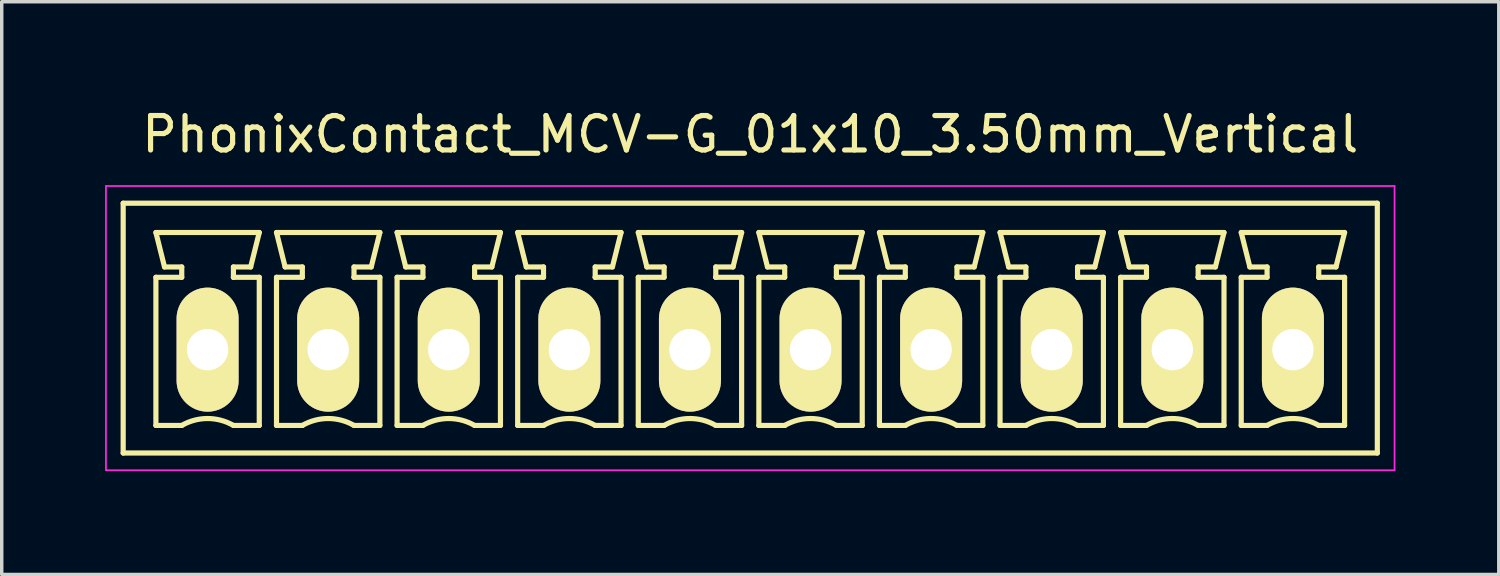
<source format=kicad_pcb>
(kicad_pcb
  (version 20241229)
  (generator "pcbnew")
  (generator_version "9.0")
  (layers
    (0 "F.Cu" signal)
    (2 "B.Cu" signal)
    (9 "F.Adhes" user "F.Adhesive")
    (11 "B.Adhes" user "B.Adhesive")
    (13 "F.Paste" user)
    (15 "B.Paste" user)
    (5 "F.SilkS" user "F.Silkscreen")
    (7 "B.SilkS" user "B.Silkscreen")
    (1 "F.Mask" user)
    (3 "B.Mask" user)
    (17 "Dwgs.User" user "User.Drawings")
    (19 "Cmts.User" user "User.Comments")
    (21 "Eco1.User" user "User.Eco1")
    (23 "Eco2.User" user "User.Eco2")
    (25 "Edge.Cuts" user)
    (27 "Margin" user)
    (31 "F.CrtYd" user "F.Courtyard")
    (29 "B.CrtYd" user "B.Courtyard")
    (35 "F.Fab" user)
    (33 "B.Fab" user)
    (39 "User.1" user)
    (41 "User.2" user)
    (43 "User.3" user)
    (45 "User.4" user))
  (footprint "PhonixContact_MCV-G_01x10_3.50mm_Vertical"
    (layer "F.Cu")
    (at 2.975 7.098)
    (property "Reference" "PhonixContact_MCV-G_01x10_3.50mm_Vertical" (at 15.75 -6.25 0) (layer "F.SilkS") (effects (font (size 1 1) (thickness 0.15))))
    (attr through_hole)
    (fp_line (start -2.45 -4.25) (end -2.45 3) (stroke (width 0.15) (type solid)) (layer "F.SilkS"))
    (fp_line (start -2.45 3) (end 33.95 3) (stroke (width 0.15) (type solid)) (layer "F.SilkS"))
    (fp_line (start -1.5 -3.4) (end 1.5 -3.4) (stroke (width 0.15) (type solid)) (layer "F.SilkS"))
    (fp_line (start -1.5 -2.1) (end -0.75 -2.1) (stroke (width 0.15) (type solid)) (layer "F.SilkS"))
    (fp_line (start -1.5 2.2) (end -1.5 -2.1) (stroke (width 0.15) (type solid)) (layer "F.SilkS"))
    (fp_line (start -1.25 -2.4) (end -1.5 -3.4) (stroke (width 0.15) (type solid)) (layer "F.SilkS"))
    (fp_line (start -0.75 -2.4) (end -1.25 -2.4) (stroke (width 0.15) (type solid)) (layer "F.SilkS"))
    (fp_line (start -0.75 -2.1) (end -0.75 -2.4) (stroke (width 0.15) (type solid)) (layer "F.SilkS"))
    (fp_line (start -0.75 2.2) (end -1.5 2.2) (stroke (width 0.15) (type solid)) (layer "F.SilkS"))
    (fp_line (start 0.75 -2.4) (end 0.75 -2.1) (stroke (width 0.15) (type solid)) (layer "F.SilkS"))
    (fp_line (start 0.75 -2.1) (end 0.75 -2.1) (stroke (width 0.15) (type solid)) (layer "F.SilkS"))
    (fp_line (start 0.75 -2.1) (end 1.5 -2.1) (stroke (width 0.15) (type solid)) (layer "F.SilkS"))
    (fp_line (start 1.25 -2.4) (end 0.75 -2.4) (stroke (width 0.15) (type solid)) (layer "F.SilkS"))
    (fp_line (start 1.5 -3.4) (end 1.25 -2.4) (stroke (width 0.15) (type solid)) (layer "F.SilkS"))
    (fp_line (start 1.5 -2.1) (end 1.5 2.2) (stroke (width 0.15) (type solid)) (layer "F.SilkS"))
    (fp_line (start 1.5 2.2) (end 0.75 2.2) (stroke (width 0.15) (type solid)) (layer "F.SilkS"))
    (fp_line (start 2 -3.4) (end 5 -3.4) (stroke (width 0.15) (type solid)) (layer "F.SilkS"))
    (fp_line (start 2 -2.1) (end 2.75 -2.1) (stroke (width 0.15) (type solid)) (layer "F.SilkS"))
    (fp_line (start 2 2.2) (end 2 -2.1) (stroke (width 0.15) (type solid)) (layer "F.SilkS"))
    (fp_line (start 2.25 -2.4) (end 2 -3.4) (stroke (width 0.15) (type solid)) (layer "F.SilkS"))
    (fp_line (start 2.75 -2.4) (end 2.25 -2.4) (stroke (width 0.15) (type solid)) (layer "F.SilkS"))
    (fp_line (start 2.75 -2.1) (end 2.75 -2.4) (stroke (width 0.15) (type solid)) (layer "F.SilkS"))
    (fp_line (start 2.75 2.2) (end 2 2.2) (stroke (width 0.15) (type solid)) (layer "F.SilkS"))
    (fp_line (start 4.25 -2.4) (end 4.25 -2.1) (stroke (width 0.15) (type solid)) (layer "F.SilkS"))
    (fp_line (start 4.25 -2.1) (end 4.25 -2.1) (stroke (width 0.15) (type solid)) (layer "F.SilkS"))
    (fp_line (start 4.25 -2.1) (end 5 -2.1) (stroke (width 0.15) (type solid)) (layer "F.SilkS"))
    (fp_line (start 4.75 -2.4) (end 4.25 -2.4) (stroke (width 0.15) (type solid)) (layer "F.SilkS"))
    (fp_line (start 5 -3.4) (end 4.75 -2.4) (stroke (width 0.15) (type solid)) (layer "F.SilkS"))
    (fp_line (start 5 -2.1) (end 5 2.2) (stroke (width 0.15) (type solid)) (layer "F.SilkS"))
    (fp_line (start 5 2.2) (end 4.25 2.2) (stroke (width 0.15) (type solid)) (layer "F.SilkS"))
    (fp_line (start 5.5 -3.4) (end 8.5 -3.4) (stroke (width 0.15) (type solid)) (layer "F.SilkS"))
    (fp_line (start 5.5 -2.1) (end 6.25 -2.1) (stroke (width 0.15) (type solid)) (layer "F.SilkS"))
    (fp_line (start 5.5 2.2) (end 5.5 -2.1) (stroke (width 0.15) (type solid)) (layer "F.SilkS"))
    (fp_line (start 5.75 -2.4) (end 5.5 -3.4) (stroke (width 0.15) (type solid)) (layer "F.SilkS"))
    (fp_line (start 6.25 -2.4) (end 5.75 -2.4) (stroke (width 0.15) (type solid)) (layer "F.SilkS"))
    (fp_line (start 6.25 -2.1) (end 6.25 -2.4) (stroke (width 0.15) (type solid)) (layer "F.SilkS"))
    (fp_line (start 6.25 2.2) (end 5.5 2.2) (stroke (width 0.15) (type solid)) (layer "F.SilkS"))
    (fp_line (start 7.75 -2.4) (end 7.75 -2.1) (stroke (width 0.15) (type solid)) (layer "F.SilkS"))
    (fp_line (start 7.75 -2.1) (end 7.75 -2.1) (stroke (width 0.15) (type solid)) (layer "F.SilkS"))
    (fp_line (start 7.75 -2.1) (end 8.5 -2.1) (stroke (width 0.15) (type solid)) (layer "F.SilkS"))
    (fp_line (start 8.25 -2.4) (end 7.75 -2.4) (stroke (width 0.15) (type solid)) (layer "F.SilkS"))
    (fp_line (start 8.5 -3.4) (end 8.25 -2.4) (stroke (width 0.15) (type solid)) (layer "F.SilkS"))
    (fp_line (start 8.5 -2.1) (end 8.5 2.2) (stroke (width 0.15) (type solid)) (layer "F.SilkS"))
    (fp_line (start 8.5 2.2) (end 7.75 2.2) (stroke (width 0.15) (type solid)) (layer "F.SilkS"))
    (fp_line (start 9 -3.4) (end 12 -3.4) (stroke (width 0.15) (type solid)) (layer "F.SilkS"))
    (fp_line (start 9 -2.1) (end 9.75 -2.1) (stroke (width 0.15) (type solid)) (layer "F.SilkS"))
    (fp_line (start 9 2.2) (end 9 -2.1) (stroke (width 0.15) (type solid)) (layer "F.SilkS"))
    (fp_line (start 9.25 -2.4) (end 9 -3.4) (stroke (width 0.15) (type solid)) (layer "F.SilkS"))
    (fp_line (start 9.75 -2.4) (end 9.25 -2.4) (stroke (width 0.15) (type solid)) (layer "F.SilkS"))
    (fp_line (start 9.75 -2.1) (end 9.75 -2.4) (stroke (width 0.15) (type solid)) (layer "F.SilkS"))
    (fp_line (start 9.75 2.2) (end 9 2.2) (stroke (width 0.15) (type solid)) (layer "F.SilkS"))
    (fp_line (start 11.25 -2.4) (end 11.25 -2.1) (stroke (width 0.15) (type solid)) (layer "F.SilkS"))
    (fp_line (start 11.25 -2.1) (end 11.25 -2.1) (stroke (width 0.15) (type solid)) (layer "F.SilkS"))
    (fp_line (start 11.25 -2.1) (end 12 -2.1) (stroke (width 0.15) (type solid)) (layer "F.SilkS"))
    (fp_line (start 11.75 -2.4) (end 11.25 -2.4) (stroke (width 0.15) (type solid)) (layer "F.SilkS"))
    (fp_line (start 12 -3.4) (end 11.75 -2.4) (stroke (width 0.15) (type solid)) (layer "F.SilkS"))
    (fp_line (start 12 -2.1) (end 12 2.2) (stroke (width 0.15) (type solid)) (layer "F.SilkS"))
    (fp_line (start 12 2.2) (end 11.25 2.2) (stroke (width 0.15) (type solid)) (layer "F.SilkS"))
    (fp_line (start 12.5 -3.4) (end 15.5 -3.4) (stroke (width 0.15) (type solid)) (layer "F.SilkS"))
    (fp_line (start 12.5 -2.1) (end 13.25 -2.1) (stroke (width 0.15) (type solid)) (layer "F.SilkS"))
    (fp_line (start 12.5 2.2) (end 12.5 -2.1) (stroke (width 0.15) (type solid)) (layer "F.SilkS"))
    (fp_line (start 12.75 -2.4) (end 12.5 -3.4) (stroke (width 0.15) (type solid)) (layer "F.SilkS"))
    (fp_line (start 13.25 -2.4) (end 12.75 -2.4) (stroke (width 0.15) (type solid)) (layer "F.SilkS"))
    (fp_line (start 13.25 -2.1) (end 13.25 -2.4) (stroke (width 0.15) (type solid)) (layer "F.SilkS"))
    (fp_line (start 13.25 2.2) (end 12.5 2.2) (stroke (width 0.15) (type solid)) (layer "F.SilkS"))
    (fp_line (start 14.75 -2.4) (end 14.75 -2.1) (stroke (width 0.15) (type solid)) (layer "F.SilkS"))
    (fp_line (start 14.75 -2.1) (end 14.75 -2.1) (stroke (width 0.15) (type solid)) (layer "F.SilkS"))
    (fp_line (start 14.75 -2.1) (end 15.5 -2.1) (stroke (width 0.15) (type solid)) (layer "F.SilkS"))
    (fp_line (start 15.25 -2.4) (end 14.75 -2.4) (stroke (width 0.15) (type solid)) (layer "F.SilkS"))
    (fp_line (start 15.5 -3.4) (end 15.25 -2.4) (stroke (width 0.15) (type solid)) (layer "F.SilkS"))
    (fp_line (start 15.5 -2.1) (end 15.5 2.2) (stroke (width 0.15) (type solid)) (layer "F.SilkS"))
    (fp_line (start 15.5 2.2) (end 14.75 2.2) (stroke (width 0.15) (type solid)) (layer "F.SilkS"))
    (fp_line (start 16 -3.4) (end 19 -3.4) (stroke (width 0.15) (type solid)) (layer "F.SilkS"))
    (fp_line (start 16 -2.1) (end 16.75 -2.1) (stroke (width 0.15) (type solid)) (layer "F.SilkS"))
    (fp_line (start 16 2.2) (end 16 -2.1) (stroke (width 0.15) (type solid)) (layer "F.SilkS"))
    (fp_line (start 16.25 -2.4) (end 16 -3.4) (stroke (width 0.15) (type solid)) (layer "F.SilkS"))
    (fp_line (start 16.75 -2.4) (end 16.25 -2.4) (stroke (width 0.15) (type solid)) (layer "F.SilkS"))
    (fp_line (start 16.75 -2.1) (end 16.75 -2.4) (stroke (width 0.15) (type solid)) (layer "F.SilkS"))
    (fp_line (start 16.75 2.2) (end 16 2.2) (stroke (width 0.15) (type solid)) (layer "F.SilkS"))
    (fp_line (start 18.25 -2.4) (end 18.25 -2.1) (stroke (width 0.15) (type solid)) (layer "F.SilkS"))
    (fp_line (start 18.25 -2.1) (end 18.25 -2.1) (stroke (width 0.15) (type solid)) (layer "F.SilkS"))
    (fp_line (start 18.25 -2.1) (end 19 -2.1) (stroke (width 0.15) (type solid)) (layer "F.SilkS"))
    (fp_line (start 18.75 -2.4) (end 18.25 -2.4) (stroke (width 0.15) (type solid)) (layer "F.SilkS"))
    (fp_line (start 19 -3.4) (end 18.75 -2.4) (stroke (width 0.15) (type solid)) (layer "F.SilkS"))
    (fp_line (start 19 -2.1) (end 19 2.2) (stroke (width 0.15) (type solid)) (layer "F.SilkS"))
    (fp_line (start 19 2.2) (end 18.25 2.2) (stroke (width 0.15) (type solid)) (layer "F.SilkS"))
    (fp_line (start 19.5 -3.4) (end 22.5 -3.4) (stroke (width 0.15) (type solid)) (layer "F.SilkS"))
    (fp_line (start 19.5 -2.1) (end 20.25 -2.1) (stroke (width 0.15) (type solid)) (layer "F.SilkS"))
    (fp_line (start 19.5 2.2) (end 19.5 -2.1) (stroke (width 0.15) (type solid)) (layer "F.SilkS"))
    (fp_line (start 19.75 -2.4) (end 19.5 -3.4) (stroke (width 0.15) (type solid)) (layer "F.SilkS"))
    (fp_line (start 20.25 -2.4) (end 19.75 -2.4) (stroke (width 0.15) (type solid)) (layer "F.SilkS"))
    (fp_line (start 20.25 -2.1) (end 20.25 -2.4) (stroke (width 0.15) (type solid)) (layer "F.SilkS"))
    (fp_line (start 20.25 2.2) (end 19.5 2.2) (stroke (width 0.15) (type solid)) (layer "F.SilkS"))
    (fp_line (start 21.75 -2.4) (end 21.75 -2.1) (stroke (width 0.15) (type solid)) (layer "F.SilkS"))
    (fp_line (start 21.75 -2.1) (end 21.75 -2.1) (stroke (width 0.15) (type solid)) (layer "F.SilkS"))
    (fp_line (start 21.75 -2.1) (end 22.5 -2.1) (stroke (width 0.15) (type solid)) (layer "F.SilkS"))
    (fp_line (start 22.25 -2.4) (end 21.75 -2.4) (stroke (width 0.15) (type solid)) (layer "F.SilkS"))
    (fp_line (start 22.5 -3.4) (end 22.25 -2.4) (stroke (width 0.15) (type solid)) (layer "F.SilkS"))
    (fp_line (start 22.5 -2.1) (end 22.5 2.2) (stroke (width 0.15) (type solid)) (layer "F.SilkS"))
    (fp_line (start 22.5 2.2) (end 21.75 2.2) (stroke (width 0.15) (type solid)) (layer "F.SilkS"))
    (fp_line (start 23 -3.4) (end 26 -3.4) (stroke (width 0.15) (type solid)) (layer "F.SilkS"))
    (fp_line (start 23 -2.1) (end 23.75 -2.1) (stroke (width 0.15) (type solid)) (layer "F.SilkS"))
    (fp_line (start 23 2.2) (end 23 -2.1) (stroke (width 0.15) (type solid)) (layer "F.SilkS"))
    (fp_line (start 23.25 -2.4) (end 23 -3.4) (stroke (width 0.15) (type solid)) (layer "F.SilkS"))
    (fp_line (start 23.75 -2.4) (end 23.25 -2.4) (stroke (width 0.15) (type solid)) (layer "F.SilkS"))
    (fp_line (start 23.75 -2.1) (end 23.75 -2.4) (stroke (width 0.15) (type solid)) (layer "F.SilkS"))
    (fp_line (start 23.75 2.2) (end 23 2.2) (stroke (width 0.15) (type solid)) (layer "F.SilkS"))
    (fp_line (start 25.25 -2.4) (end 25.25 -2.1) (stroke (width 0.15) (type solid)) (layer "F.SilkS"))
    (fp_line (start 25.25 -2.1) (end 25.25 -2.1) (stroke (width 0.15) (type solid)) (layer "F.SilkS"))
    (fp_line (start 25.25 -2.1) (end 26 -2.1) (stroke (width 0.15) (type solid)) (layer "F.SilkS"))
    (fp_line (start 25.75 -2.4) (end 25.25 -2.4) (stroke (width 0.15) (type solid)) (layer "F.SilkS"))
    (fp_line (start 26 -3.4) (end 25.75 -2.4) (stroke (width 0.15) (type solid)) (layer "F.SilkS"))
    (fp_line (start 26 -2.1) (end 26 2.2) (stroke (width 0.15) (type solid)) (layer "F.SilkS"))
    (fp_line (start 26 2.2) (end 25.25 2.2) (stroke (width 0.15) (type solid)) (layer "F.SilkS"))
    (fp_line (start 26.5 -3.4) (end 29.5 -3.4) (stroke (width 0.15) (type solid)) (layer "F.SilkS"))
    (fp_line (start 26.5 -2.1) (end 27.25 -2.1) (stroke (width 0.15) (type solid)) (layer "F.SilkS"))
    (fp_line (start 26.5 2.2) (end 26.5 -2.1) (stroke (width 0.15) (type solid)) (layer "F.SilkS"))
    (fp_line (start 26.75 -2.4) (end 26.5 -3.4) (stroke (width 0.15) (type solid)) (layer "F.SilkS"))
    (fp_line (start 27.25 -2.4) (end 26.75 -2.4) (stroke (width 0.15) (type solid)) (layer "F.SilkS"))
    (fp_line (start 27.25 -2.1) (end 27.25 -2.4) (stroke (width 0.15) (type solid)) (layer "F.SilkS"))
    (fp_line (start 27.25 2.2) (end 26.5 2.2) (stroke (width 0.15) (type solid)) (layer "F.SilkS"))
    (fp_line (start 28.75 -2.4) (end 28.75 -2.1) (stroke (width 0.15) (type solid)) (layer "F.SilkS"))
    (fp_line (start 28.75 -2.1) (end 28.75 -2.1) (stroke (width 0.15) (type solid)) (layer "F.SilkS"))
    (fp_line (start 28.75 -2.1) (end 29.5 -2.1) (stroke (width 0.15) (type solid)) (layer "F.SilkS"))
    (fp_line (start 29.25 -2.4) (end 28.75 -2.4) (stroke (width 0.15) (type solid)) (layer "F.SilkS"))
    (fp_line (start 29.5 -3.4) (end 29.25 -2.4) (stroke (width 0.15) (type solid)) (layer "F.SilkS"))
    (fp_line (start 29.5 -2.1) (end 29.5 2.2) (stroke (width 0.15) (type solid)) (layer "F.SilkS"))
    (fp_line (start 29.5 2.2) (end 28.75 2.2) (stroke (width 0.15) (type solid)) (layer "F.SilkS"))
    (fp_line (start 30 -3.4) (end 33 -3.4) (stroke (width 0.15) (type solid)) (layer "F.SilkS"))
    (fp_line (start 30 -2.1) (end 30.75 -2.1) (stroke (width 0.15) (type solid)) (layer "F.SilkS"))
    (fp_line (start 30 2.2) (end 30 -2.1) (stroke (width 0.15) (type solid)) (layer "F.SilkS"))
    (fp_line (start 30.25 -2.4) (end 30 -3.4) (stroke (width 0.15) (type solid)) (layer "F.SilkS"))
    (fp_line (start 30.75 -2.4) (end 30.25 -2.4) (stroke (width 0.15) (type solid)) (layer "F.SilkS"))
    (fp_line (start 30.75 -2.1) (end 30.75 -2.4) (stroke (width 0.15) (type solid)) (layer "F.SilkS"))
    (fp_line (start 30.75 2.2) (end 30 2.2) (stroke (width 0.15) (type solid)) (layer "F.SilkS"))
    (fp_line (start 32.25 -2.4) (end 32.25 -2.1) (stroke (width 0.15) (type solid)) (layer "F.SilkS"))
    (fp_line (start 32.25 -2.1) (end 32.25 -2.1) (stroke (width 0.15) (type solid)) (layer "F.SilkS"))
    (fp_line (start 32.25 -2.1) (end 33 -2.1) (stroke (width 0.15) (type solid)) (layer "F.SilkS"))
    (fp_line (start 32.75 -2.4) (end 32.25 -2.4) (stroke (width 0.15) (type solid)) (layer "F.SilkS"))
    (fp_line (start 33 -3.4) (end 32.75 -2.4) (stroke (width 0.15) (type solid)) (layer "F.SilkS"))
    (fp_line (start 33 -2.1) (end 33 2.2) (stroke (width 0.15) (type solid)) (layer "F.SilkS"))
    (fp_line (start 33 2.2) (end 32.25 2.2) (stroke (width 0.15) (type solid)) (layer "F.SilkS"))
    (fp_line (start 33.95 -4.25) (end -2.45 -4.25) (stroke (width 0.15) (type solid)) (layer "F.SilkS"))
    (fp_line (start 33.95 3) (end 33.95 -4.25) (stroke (width 0.15) (type solid)) (layer "F.SilkS"))
    (fp_arc (start -0.75 2.2) (mid -0.006068 1.999179) (end 0.739464 2.193978) (stroke (width 0.15) (type solid)) (layer "F.SilkS"))
    (fp_arc (start 2.75 2.2) (mid 3.493932 1.999179) (end 4.239464 2.193978) (stroke (width 0.15) (type solid)) (layer "F.SilkS"))
    (fp_arc (start 6.25 2.2) (mid 6.993932 1.999179) (end 7.739464 2.193978) (stroke (width 0.15) (type solid)) (layer "F.SilkS"))
    (fp_arc (start 9.75 2.2) (mid 10.493932 1.999179) (end 11.239464 2.193978) (stroke (width 0.15) (type solid)) (layer "F.SilkS"))
    (fp_arc (start 13.25 2.2) (mid 13.993932 1.999179) (end 14.739464 2.193978) (stroke (width 0.15) (type solid)) (layer "F.SilkS"))
    (fp_arc (start 16.75 2.2) (mid 17.493932 1.999179) (end 18.239464 2.193978) (stroke (width 0.15) (type solid)) (layer "F.SilkS"))
    (fp_arc (start 20.25 2.2) (mid 20.993932 1.999179) (end 21.739464 2.193978) (stroke (width 0.15) (type solid)) (layer "F.SilkS"))
    (fp_arc (start 23.75 2.2) (mid 24.493932 1.999179) (end 25.239464 2.193978) (stroke (width 0.15) (type solid)) (layer "F.SilkS"))
    (fp_arc (start 27.25 2.2) (mid 27.993932 1.999179) (end 28.739464 2.193978) (stroke (width 0.15) (type solid)) (layer "F.SilkS"))
    (fp_arc (start 30.75 2.2) (mid 31.493932 1.999179) (end 32.239464 2.193978) (stroke (width 0.15) (type solid)) (layer "F.SilkS"))
    (fp_line (start -2.95 -4.75) (end -2.95 3.5) (stroke (width 0.05) (type solid)) (layer "F.CrtYd"))
    (fp_line (start -2.95 3.5) (end 34.45 3.5) (stroke (width 0.05) (type solid)) (layer "F.CrtYd"))
    (fp_line (start 34.45 -4.75) (end -2.95 -4.75) (stroke (width 0.05) (type solid)) (layer "F.CrtYd"))
    (fp_line (start 34.45 3.5) (end 34.45 -4.75) (stroke (width 0.05) (type solid)) (layer "F.CrtYd"))
    (pad "1" thru_hole oval (at 0 0) (size 1.8 3.6) (drill 1.2) (layers "*.Cu" "*.Mask" "F.SilkS"))
    (pad "2" thru_hole oval (at 3.5 0) (size 1.8 3.6) (drill 1.2) (layers "*.Cu" "*.Mask" "F.SilkS"))
    (pad "3" thru_hole oval (at 7 0) (size 1.8 3.6) (drill 1.2) (layers "*.Cu" "*.Mask" "F.SilkS"))
    (pad "4" thru_hole oval (at 10.5 0) (size 1.8 3.6) (drill 1.2) (layers "*.Cu" "*.Mask" "F.SilkS"))
    (pad "5" thru_hole oval (at 14 0) (size 1.8 3.6) (drill 1.2) (layers "*.Cu" "*.Mask" "F.SilkS"))
    (pad "6" thru_hole oval (at 17.5 0) (size 1.8 3.6) (drill 1.2) (layers "*.Cu" "*.Mask" "F.SilkS"))
    (pad "7" thru_hole oval (at 21 0) (size 1.8 3.6) (drill 1.2) (layers "*.Cu" "*.Mask" "F.SilkS"))
    (pad "8" thru_hole oval (at 24.5 0) (size 1.8 3.6) (drill 1.2) (layers "*.Cu" "*.Mask" "F.SilkS"))
    (pad "9" thru_hole oval (at 28 0) (size 1.8 3.6) (drill 1.2) (layers "*.Cu" "*.Mask" "F.SilkS"))
    (pad "10" thru_hole oval (at 31.5 0) (size 1.8 3.6) (drill 1.2) (layers "*.Cu" "*.Mask" "F.SilkS")))
  (gr_rect
    (start -3 -3)
    (end 40.45 13.623)
    (stroke (width 0.1) (type default))
    (fill no)
    (layer "Edge.Cuts")))
</source>
